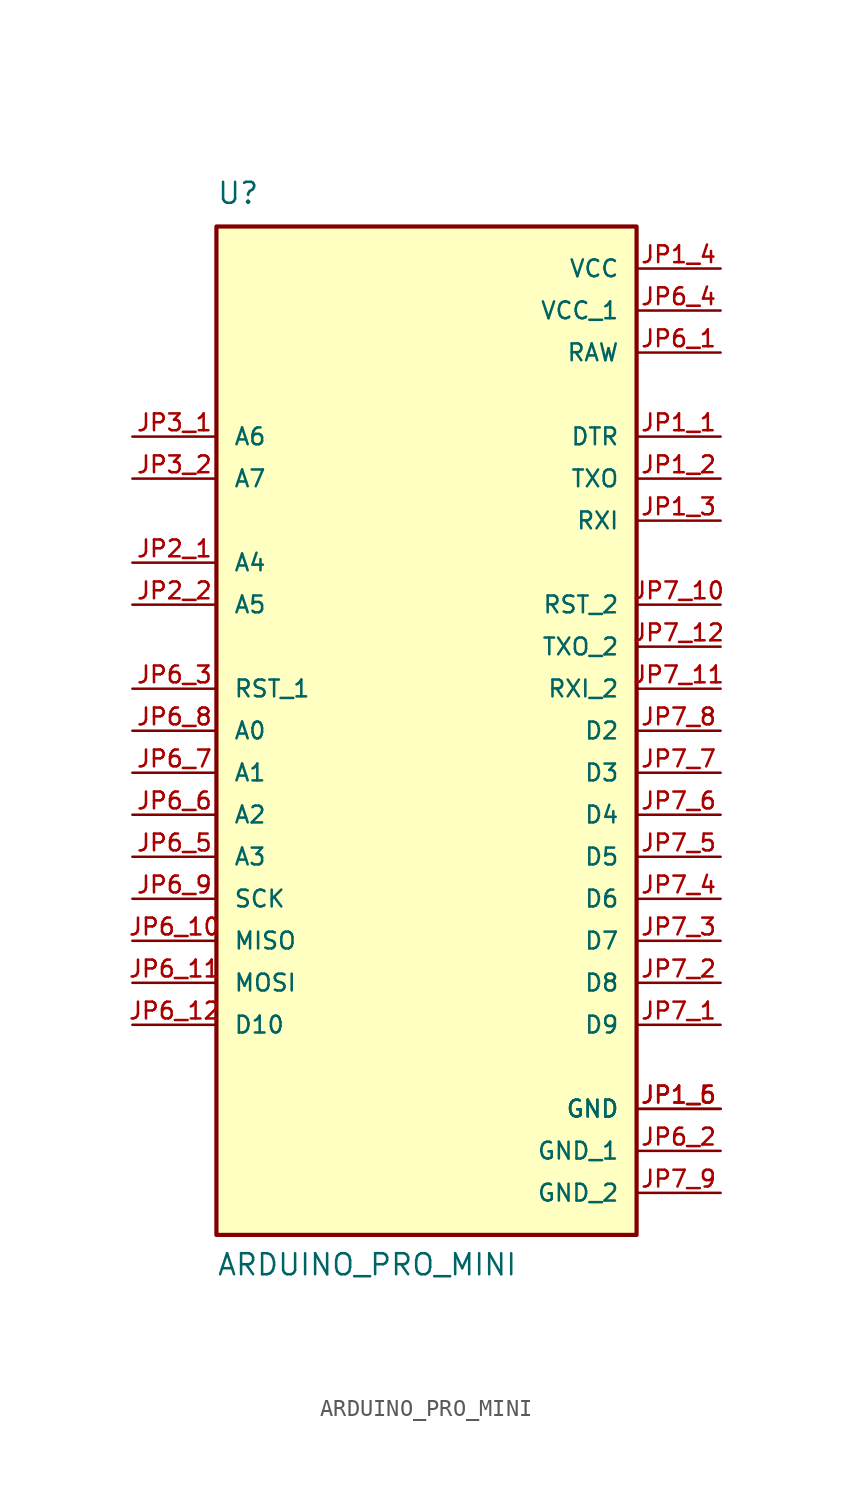
<source format=kicad_sym>
(kicad_symbol_lib
  (version 20211014)
  (generator kicad_symbol_editor)
  (symbol "ARDUINO_PRO_MINI"
    (pin_names
      (offset 1.016))
    (property "Reference" "U"
      (at -12.7 31.75 0)
      (effects (font (size 1.27 1.27)) (justify bottom left)))
    (property "Value" "ARDUINO_PRO_MINI"
      (at -12.7 -33.02 0)
      (effects (font (size 1.27 1.27)) (justify bottom left)))
    (symbol "ARDUINO_PRO_MINI_0_0"
      (rectangle (start -12.7 -30.48) (end 12.7 30.48) (stroke (width 0.254)) (fill (type background)))
      (pin bidirectional line (at 17.78 0.0 180.0) (length 5.08) (name "D2" (effects (font (size 1.016 1.016)))) (number "JP7_8" (effects (font (size 1.016 1.016)))))
      (pin bidirectional line (at 17.78 -2.54 180.0) (length 5.08) (name "D3" (effects (font (size 1.016 1.016)))) (number "JP7_7" (effects (font (size 1.016 1.016)))))
      (pin bidirectional line (at 17.78 -5.08 180.0) (length 5.08) (name "D4" (effects (font (size 1.016 1.016)))) (number "JP7_6" (effects (font (size 1.016 1.016)))))
      (pin bidirectional line (at 17.78 -7.62 180.0) (length 5.08) (name "D5" (effects (font (size 1.016 1.016)))) (number "JP7_5" (effects (font (size 1.016 1.016)))))
      (pin bidirectional line (at 17.78 -10.16 180.0) (length 5.08) (name "D6" (effects (font (size 1.016 1.016)))) (number "JP7_4" (effects (font (size 1.016 1.016)))))
      (pin bidirectional line (at 17.78 -12.7 180.0) (length 5.08) (name "D7" (effects (font (size 1.016 1.016)))) (number "JP7_3" (effects (font (size 1.016 1.016)))))
      (pin bidirectional line (at 17.78 -15.24 180.0) (length 5.08) (name "D8" (effects (font (size 1.016 1.016)))) (number "JP7_2" (effects (font (size 1.016 1.016)))))
      (pin bidirectional line (at 17.78 -17.78 180.0) (length 5.08) (name "D9" (effects (font (size 1.016 1.016)))) (number "JP7_1" (effects (font (size 1.016 1.016)))))
      (pin bidirectional line (at -17.78 -17.78 0) (length 5.08) (name "D10" (effects (font (size 1.016 1.016)))) (number "JP6_12" (effects (font (size 1.016 1.016)))))
      (pin bidirectional line (at -17.78 -15.24 0) (length 5.08) (name "MOSI" (effects (font (size 1.016 1.016)))) (number "JP6_11" (effects (font (size 1.016 1.016)))))
      (pin bidirectional line (at -17.78 -12.7 0) (length 5.08) (name "MISO" (effects (font (size 1.016 1.016)))) (number "JP6_10" (effects (font (size 1.016 1.016)))))
      (pin bidirectional line (at -17.78 -10.16 0) (length 5.08) (name "SCK" (effects (font (size 1.016 1.016)))) (number "JP6_9" (effects (font (size 1.016 1.016)))))
      (pin bidirectional line (at -17.78 0.0 0) (length 5.08) (name "A0" (effects (font (size 1.016 1.016)))) (number "JP6_8" (effects (font (size 1.016 1.016)))))
      (pin bidirectional line (at -17.78 -2.54 0) (length 5.08) (name "A1" (effects (font (size 1.016 1.016)))) (number "JP6_7" (effects (font (size 1.016 1.016)))))
      (pin bidirectional line (at -17.78 -5.08 0) (length 5.08) (name "A2" (effects (font (size 1.016 1.016)))) (number "JP6_6" (effects (font (size 1.016 1.016)))))
      (pin bidirectional line (at -17.78 -7.62 0) (length 5.08) (name "A3" (effects (font (size 1.016 1.016)))) (number "JP6_5" (effects (font (size 1.016 1.016)))))
      (pin power_in line (at 17.78 -27.94 180.0) (length 5.08) (name "GND_2" (effects (font (size 1.016 1.016)))) (number "JP7_9" (effects (font (size 1.016 1.016)))))
      (pin power_in line (at 17.78 -25.4 180.0) (length 5.08) (name "GND_1" (effects (font (size 1.016 1.016)))) (number "JP6_2" (effects (font (size 1.016 1.016)))))
      (pin power_in line (at 17.78 22.86 180.0) (length 5.08) (name "RAW" (effects (font (size 1.016 1.016)))) (number "JP6_1" (effects (font (size 1.016 1.016)))))
      (pin input line (at 17.78 7.62 180.0) (length 5.08) (name "RST_2" (effects (font (size 1.016 1.016)))) (number "JP7_10" (effects (font (size 1.016 1.016)))))
      (pin input line (at -17.78 2.54 0) (length 5.08) (name "RST_1" (effects (font (size 1.016 1.016)))) (number "JP6_3" (effects (font (size 1.016 1.016)))))
      (pin bidirectional line (at 17.78 2.54 180.0) (length 5.08) (name "RXI_2" (effects (font (size 1.016 1.016)))) (number "JP7_11" (effects (font (size 1.016 1.016)))))
      (pin bidirectional line (at 17.78 5.08 180.0) (length 5.08) (name "TXO_2" (effects (font (size 1.016 1.016)))) (number "JP7_12" (effects (font (size 1.016 1.016)))))
      (pin power_in line (at 17.78 25.4 180.0) (length 5.08) (name "VCC_1" (effects (font (size 1.016 1.016)))) (number "JP6_4" (effects (font (size 1.016 1.016)))))
      (pin input line (at -17.78 15.24 0) (length 5.08) (name "A7" (effects (font (size 1.016 1.016)))) (number "JP3_2" (effects (font (size 1.016 1.016)))))
      (pin input line (at -17.78 17.78 0) (length 5.08) (name "A6" (effects (font (size 1.016 1.016)))) (number "JP3_1" (effects (font (size 1.016 1.016)))))
      (pin bidirectional line (at -17.78 10.16 0) (length 5.08) (name "A4" (effects (font (size 1.016 1.016)))) (number "JP2_1" (effects (font (size 1.016 1.016)))))
      (pin bidirectional line (at -17.78 7.62 0) (length 5.08) (name "A5" (effects (font (size 1.016 1.016)))) (number "JP2_2" (effects (font (size 1.016 1.016)))))
      (pin power_in line (at 17.78 -22.86 180.0) (length 5.08) (name "GND" (effects (font (size 1.016 1.016)))) (number "JP1_5" (effects (font (size 1.016 1.016)))))
      (pin power_in line (at 17.78 -22.86 180.0) (length 5.08) (name "GND" (effects (font (size 1.016 1.016)))) (number "JP1_6" (effects (font (size 1.016 1.016)))))
      (pin power_in line (at 17.78 27.94 180.0) (length 5.08) (name "VCC" (effects (font (size 1.016 1.016)))) (number "JP1_4" (effects (font (size 1.016 1.016)))))
      (pin bidirectional line (at 17.78 12.7 180.0) (length 5.08) (name "RXI" (effects (font (size 1.016 1.016)))) (number "JP1_3" (effects (font (size 1.016 1.016)))))
      (pin bidirectional line (at 17.78 15.24 180.0) (length 5.08) (name "TXO" (effects (font (size 1.016 1.016)))) (number "JP1_2" (effects (font (size 1.016 1.016)))))
      (pin input line (at 17.78 17.78 180.0) (length 5.08) (name "DTR" (effects (font (size 1.016 1.016)))) (number "JP1_1" (effects (font (size 1.016 1.016))))))))
</source>
